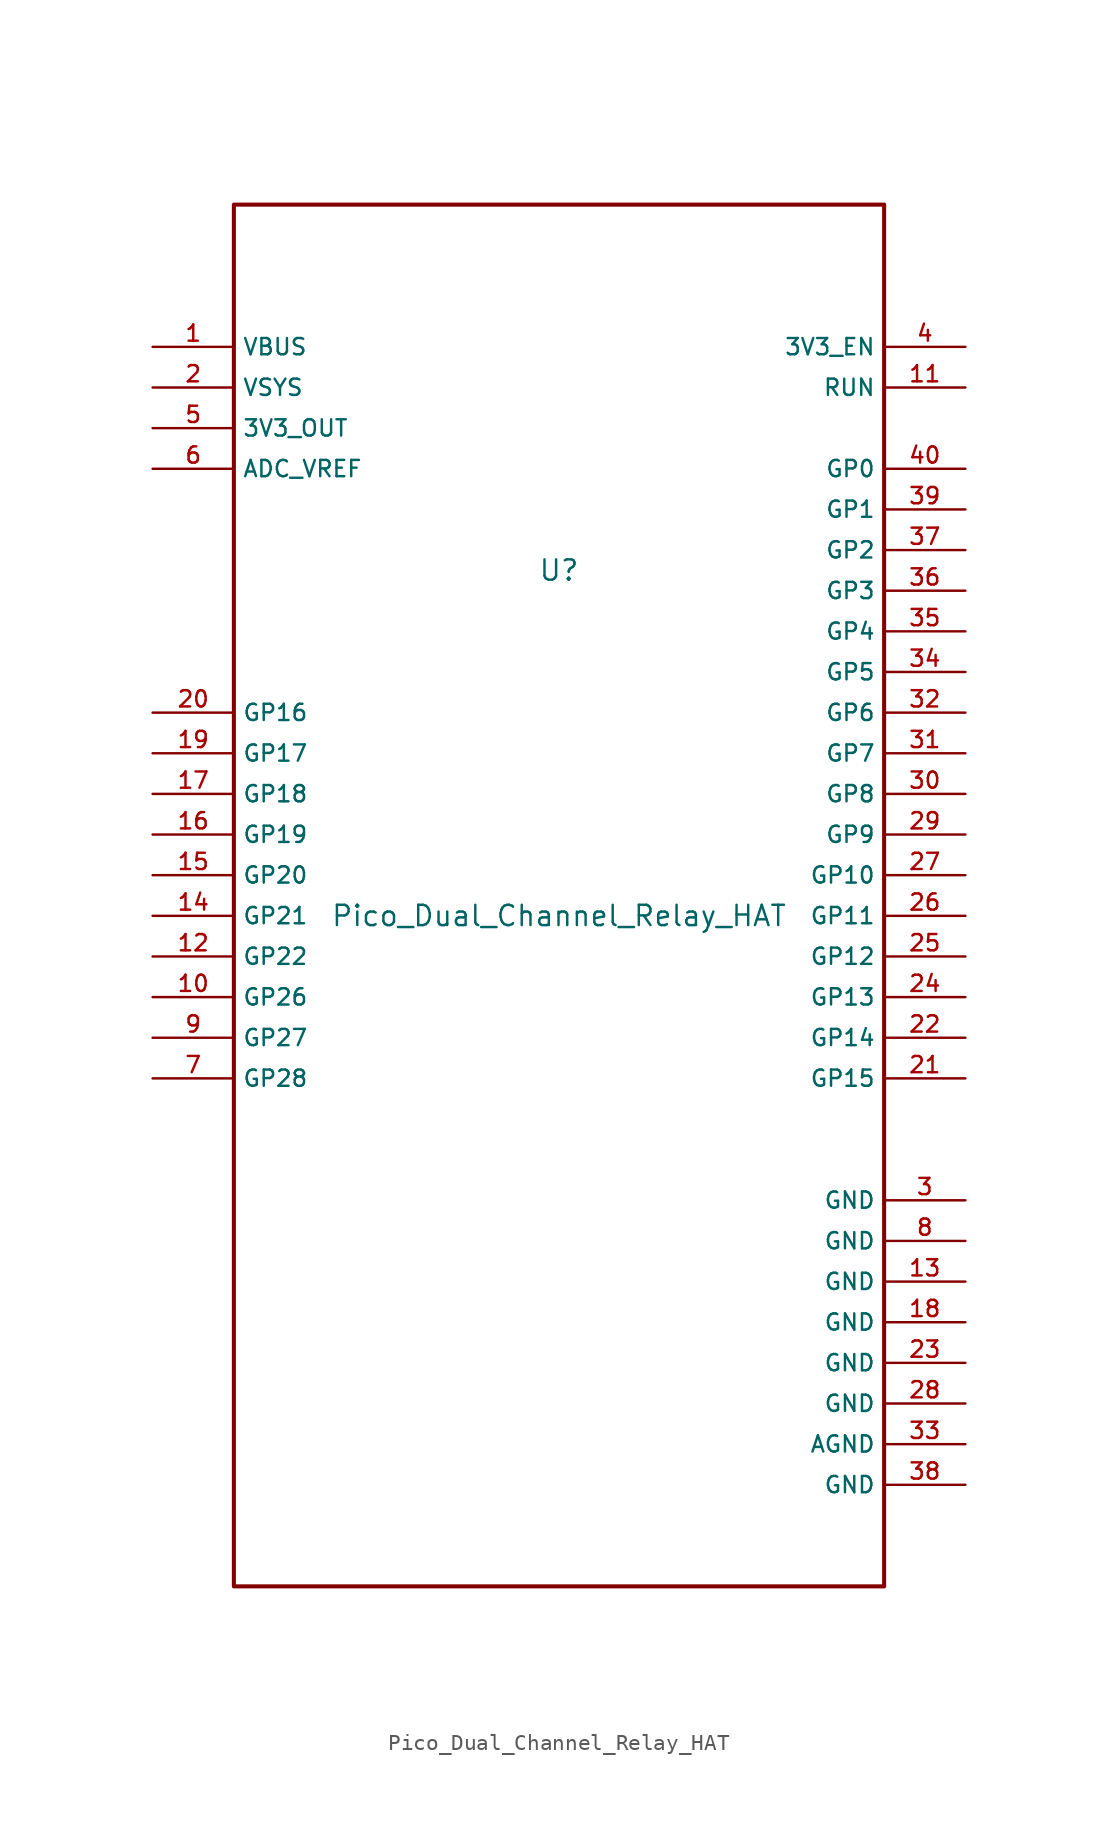
<source format=kicad_sym>
(kicad_symbol_lib
  (version 20211014)
  (generator kicad_symbol_editor)
  (symbol "Pico_Dual_Channel_Relay_HAT"
    (property "Reference" "U"
      (at 0 20.32 0)
      (effects (font (size 1.27 1.27))))
    (property "Value" "Pico_Dual_Channel_Relay_HAT"
      (at 0 -1.27 0)
      (effects (font (size 1.27 1.27))))
    (symbol "Pico_Dual_Channel_Relay_HAT_0_0"
      (rectangle (start -20.32 43.18) (end 20.32 -43.18) (stroke (width 0.254) (type default) (color 0 0 0 0)) (fill (type none)))
      (pin free line (at -25.4 34.29 0) (length 5.08) (name "VBUS" (effects (font (size 1.016 1.016)))) (number "1" (effects (font (size 1.016 1.016)))))
      (pin bidirectional line (at -25.4 -6.35 0) (length 5.08) (name "GP26" (effects (font (size 1.016 1.016)))) (number "10" (effects (font (size 1.016 1.016)))))
      (pin input line (at 25.4 31.75 180) (length 5.08) (name "RUN" (effects (font (size 1.016 1.016)))) (number "11" (effects (font (size 1.016 1.016)))))
      (pin bidirectional line (at -25.4 -3.81 0) (length 5.08) (name "GP22" (effects (font (size 1.016 1.016)))) (number "12" (effects (font (size 1.016 1.016)))))
      (pin power_in line (at 25.4 -24.13 180) (length 5.08) (name "GND" (effects (font (size 1.016 1.016)))) (number "13" (effects (font (size 1.016 1.016)))))
      (pin bidirectional line (at -25.4 -1.27 0) (length 5.08) (name "GP21" (effects (font (size 1.016 1.016)))) (number "14" (effects (font (size 1.016 1.016)))))
      (pin bidirectional line (at -25.4 1.27 0) (length 5.08) (name "GP20" (effects (font (size 1.016 1.016)))) (number "15" (effects (font (size 1.016 1.016)))))
      (pin bidirectional line (at -25.4 3.81 0) (length 5.08) (name "GP19" (effects (font (size 1.016 1.016)))) (number "16" (effects (font (size 1.016 1.016)))))
      (pin bidirectional line (at -25.4 6.35 0) (length 5.08) (name "GP18" (effects (font (size 1.016 1.016)))) (number "17" (effects (font (size 1.016 1.016)))))
      (pin power_in line (at 25.4 -26.67 180) (length 5.08) (name "GND" (effects (font (size 1.016 1.016)))) (number "18" (effects (font (size 1.016 1.016)))))
      (pin bidirectional line (at -25.4 8.89 0) (length 5.08) (name "GP17" (effects (font (size 1.016 1.016)))) (number "19" (effects (font (size 1.016 1.016)))))
      (pin free line (at -25.4 31.75 0) (length 5.08) (name "VSYS" (effects (font (size 1.016 1.016)))) (number "2" (effects (font (size 1.016 1.016)))))
      (pin bidirectional line (at -25.4 11.43 0) (length 5.08) (name "GP16" (effects (font (size 1.016 1.016)))) (number "20" (effects (font (size 1.016 1.016)))))
      (pin bidirectional line (at 25.4 -11.43 180) (length 5.08) (name "GP15" (effects (font (size 1.016 1.016)))) (number "21" (effects (font (size 1.016 1.016)))))
      (pin bidirectional line (at 25.4 -8.89 180) (length 5.08) (name "GP14" (effects (font (size 1.016 1.016)))) (number "22" (effects (font (size 1.016 1.016)))))
      (pin power_in line (at 25.4 -29.21 180) (length 5.08) (name "GND" (effects (font (size 1.016 1.016)))) (number "23" (effects (font (size 1.016 1.016)))))
      (pin bidirectional line (at 25.4 -6.35 180) (length 5.08) (name "GP13" (effects (font (size 1.016 1.016)))) (number "24" (effects (font (size 1.016 1.016)))))
      (pin bidirectional line (at 25.4 -3.81 180) (length 5.08) (name "GP12" (effects (font (size 1.016 1.016)))) (number "25" (effects (font (size 1.016 1.016)))))
      (pin bidirectional line (at 25.4 -1.27 180) (length 5.08) (name "GP11" (effects (font (size 1.016 1.016)))) (number "26" (effects (font (size 1.016 1.016)))))
      (pin bidirectional line (at 25.4 1.27 180) (length 5.08) (name "GP10" (effects (font (size 1.016 1.016)))) (number "27" (effects (font (size 1.016 1.016)))))
      (pin power_in line (at 25.4 -31.75 180) (length 5.08) (name "GND" (effects (font (size 1.016 1.016)))) (number "28" (effects (font (size 1.016 1.016)))))
      (pin bidirectional line (at 25.4 3.81 180) (length 5.08) (name "GP9" (effects (font (size 1.016 1.016)))) (number "29" (effects (font (size 1.016 1.016)))))
      (pin power_in line (at 25.4 -19.05 180) (length 5.08) (name "GND" (effects (font (size 1.016 1.016)))) (number "3" (effects (font (size 1.016 1.016)))))
      (pin bidirectional line (at 25.4 6.35 180) (length 5.08) (name "GP8" (effects (font (size 1.016 1.016)))) (number "30" (effects (font (size 1.016 1.016)))))
      (pin bidirectional line (at 25.4 8.89 180) (length 5.08) (name "GP7" (effects (font (size 1.016 1.016)))) (number "31" (effects (font (size 1.016 1.016)))))
      (pin bidirectional line (at 25.4 11.43 180) (length 5.08) (name "GP6" (effects (font (size 1.016 1.016)))) (number "32" (effects (font (size 1.016 1.016)))))
      (pin power_in line (at 25.4 -34.29 180) (length 5.08) (name "AGND" (effects (font (size 1.016 1.016)))) (number "33" (effects (font (size 1.016 1.016)))))
      (pin bidirectional line (at 25.4 13.97 180) (length 5.08) (name "GP5" (effects (font (size 1.016 1.016)))) (number "34" (effects (font (size 1.016 1.016)))))
      (pin bidirectional line (at 25.4 16.51 180) (length 5.08) (name "GP4" (effects (font (size 1.016 1.016)))) (number "35" (effects (font (size 1.016 1.016)))))
      (pin bidirectional line (at 25.4 19.05 180) (length 5.08) (name "GP3" (effects (font (size 1.016 1.016)))) (number "36" (effects (font (size 1.016 1.016)))))
      (pin bidirectional line (at 25.4 21.59 180) (length 5.08) (name "GP2" (effects (font (size 1.016 1.016)))) (number "37" (effects (font (size 1.016 1.016)))))
      (pin power_in line (at 25.4 -36.83 180) (length 5.08) (name "GND" (effects (font (size 1.016 1.016)))) (number "38" (effects (font (size 1.016 1.016)))))
      (pin bidirectional line (at 25.4 24.13 180) (length 5.08) (name "GP1" (effects (font (size 1.016 1.016)))) (number "39" (effects (font (size 1.016 1.016)))))
      (pin input line (at 25.4 34.29 180) (length 5.08) (name "3V3_EN" (effects (font (size 1.016 1.016)))) (number "4" (effects (font (size 1.016 1.016)))))
      (pin bidirectional line (at 25.4 26.67 180) (length 5.08) (name "GP0" (effects (font (size 1.016 1.016)))) (number "40" (effects (font (size 1.016 1.016)))))
      (pin power_in line (at -25.4 29.21 0) (length 5.08) (name "3V3_OUT" (effects (font (size 1.016 1.016)))) (number "5" (effects (font (size 1.016 1.016)))))
      (pin power_in line (at -25.4 26.67 0) (length 5.08) (name "ADC_VREF" (effects (font (size 1.016 1.016)))) (number "6" (effects (font (size 1.016 1.016)))))
      (pin bidirectional line (at -25.4 -11.43 0) (length 5.08) (name "GP28" (effects (font (size 1.016 1.016)))) (number "7" (effects (font (size 1.016 1.016)))))
      (pin power_in line (at 25.4 -21.59 180) (length 5.08) (name "GND" (effects (font (size 1.016 1.016)))) (number "8" (effects (font (size 1.016 1.016)))))
      (pin bidirectional line (at -25.4 -8.89 0) (length 5.08) (name "GP27" (effects (font (size 1.016 1.016)))) (number "9" (effects (font (size 1.016 1.016))))))))
</source>
